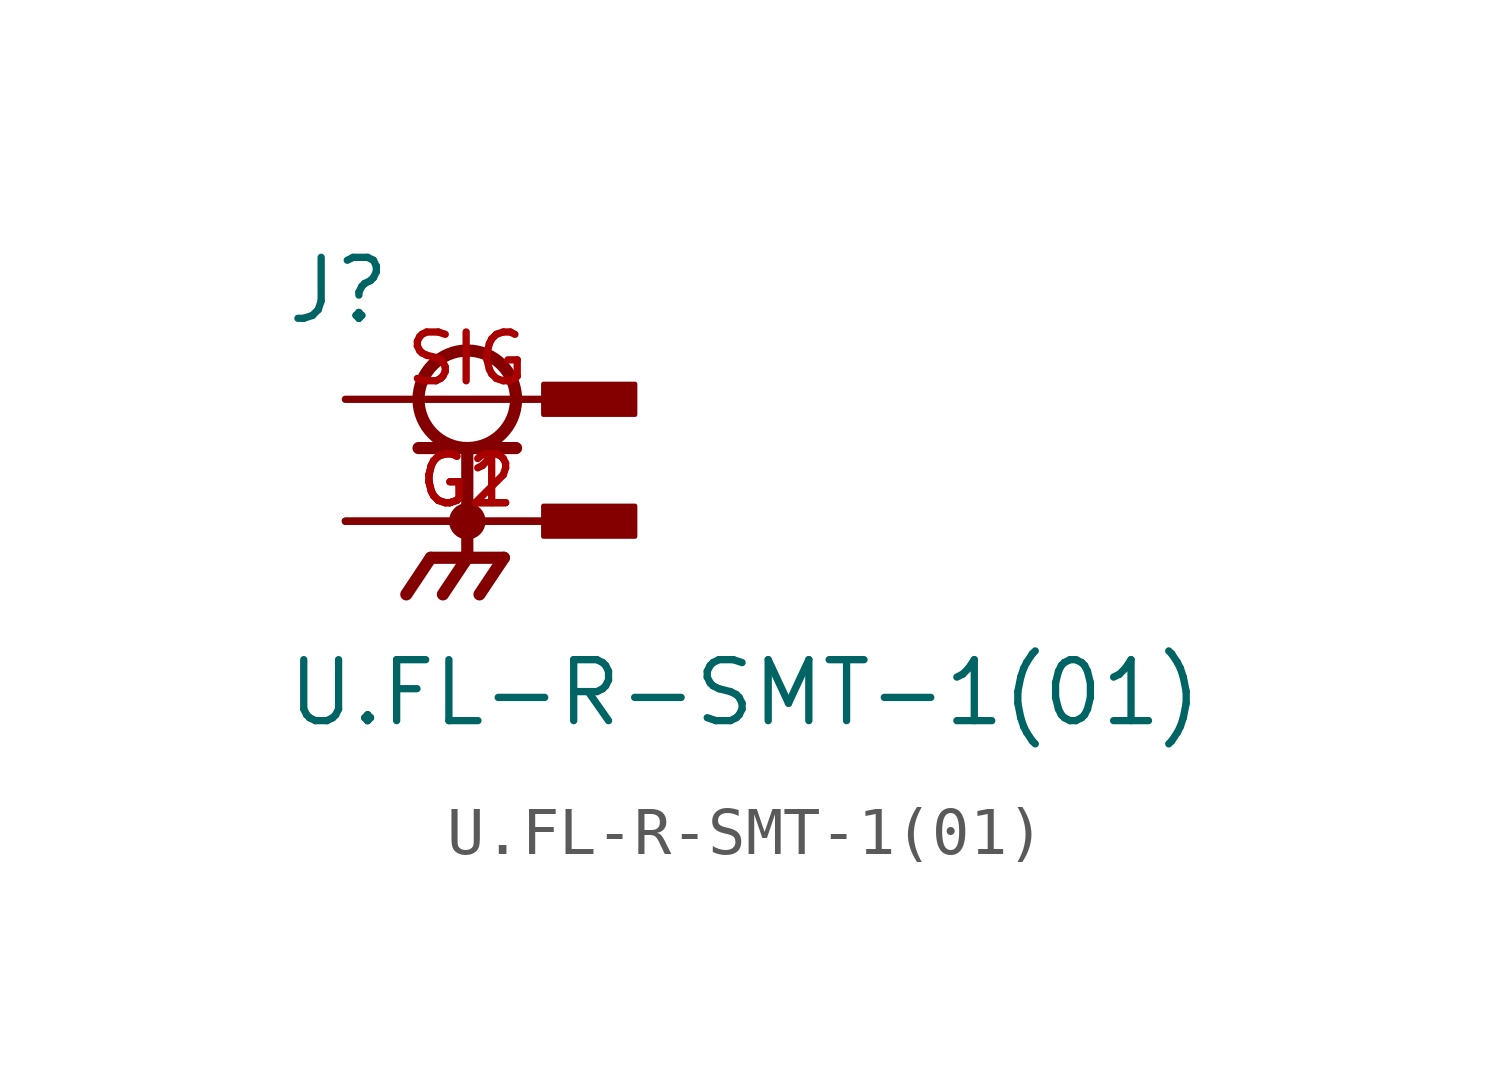
<source format=kicad_sym>
(kicad_symbol_lib
  (version 20211014)
  (generator kicad_symbol_editor)
  (symbol "U.FL-R-SMT-1(01)"
    (pin_names
      (offset 1.016))
    (property "Reference" "J"
      (at -3.81 1.524 0)
      (effects (font (size 1.27 1.27)) (justify bottom left)))
    (property "Value" "U.FL-R-SMT-1(01)"
      (at -3.81 -6.858 0)
      (effects (font (size 1.27 1.27)) (justify bottom left)))
    (symbol "U.FL-R-SMT-1(01)_0_0"
      (circle (center 0.0 0.0) (radius 1.016) (stroke (width 0.254)) (fill (type none)))
      (polyline (pts (xy -1.016 -1.016) (xy 0.0 -1.016)) (stroke (width 0.254)))
      (polyline (pts (xy 0.0 -1.016) (xy 1.016 -1.016)) (stroke (width 0.254)))
      (polyline (pts (xy 0.0 -1.016) (xy 0.0 -3.302)) (stroke (width 0.254)))
      (circle (center 0.0 -2.54) (radius 0.254) (stroke (width 0.254)) (fill (type none)))
      (polyline (pts (xy 0.0 -3.302) (xy -0.762 -3.302)) (stroke (width 0.254)))
      (polyline (pts (xy 0.0 -3.302) (xy 0.762 -3.302)) (stroke (width 0.254)))
      (polyline (pts (xy -0.762 -3.302) (xy -1.27 -4.064)) (stroke (width 0.254)))
      (polyline (pts (xy 0.0 -3.302) (xy -0.508 -4.064)) (stroke (width 0.254)))
      (polyline (pts (xy 0.762 -3.302) (xy 0.254 -4.064)) (stroke (width 0.254)))
      (rectangle (start 1.587 -0.318) (end 3.493 0.318) (stroke (width 0.1)) (fill (type outline)))
      (rectangle (start 1.587 -2.857) (end 3.493 -2.223) (stroke (width 0.1)) (fill (type outline)))
      (pin passive line (at -2.54 0.0 0) (length 5.08) (name "~" (effects (font (size 1.016 1.016)))) (number "SIG" (effects (font (size 1.016 1.016)))))
      (pin passive line (at -2.54 -2.54 0) (length 5.08) (name "~" (effects (font (size 1.016 1.016)))) (number "G1" (effects (font (size 1.016 1.016)))))
      (pin passive line (at -2.54 -2.54 0) (length 5.08) (name "~" (effects (font (size 1.016 1.016)))) (number "G2" (effects (font (size 1.016 1.016))))))))
</source>
